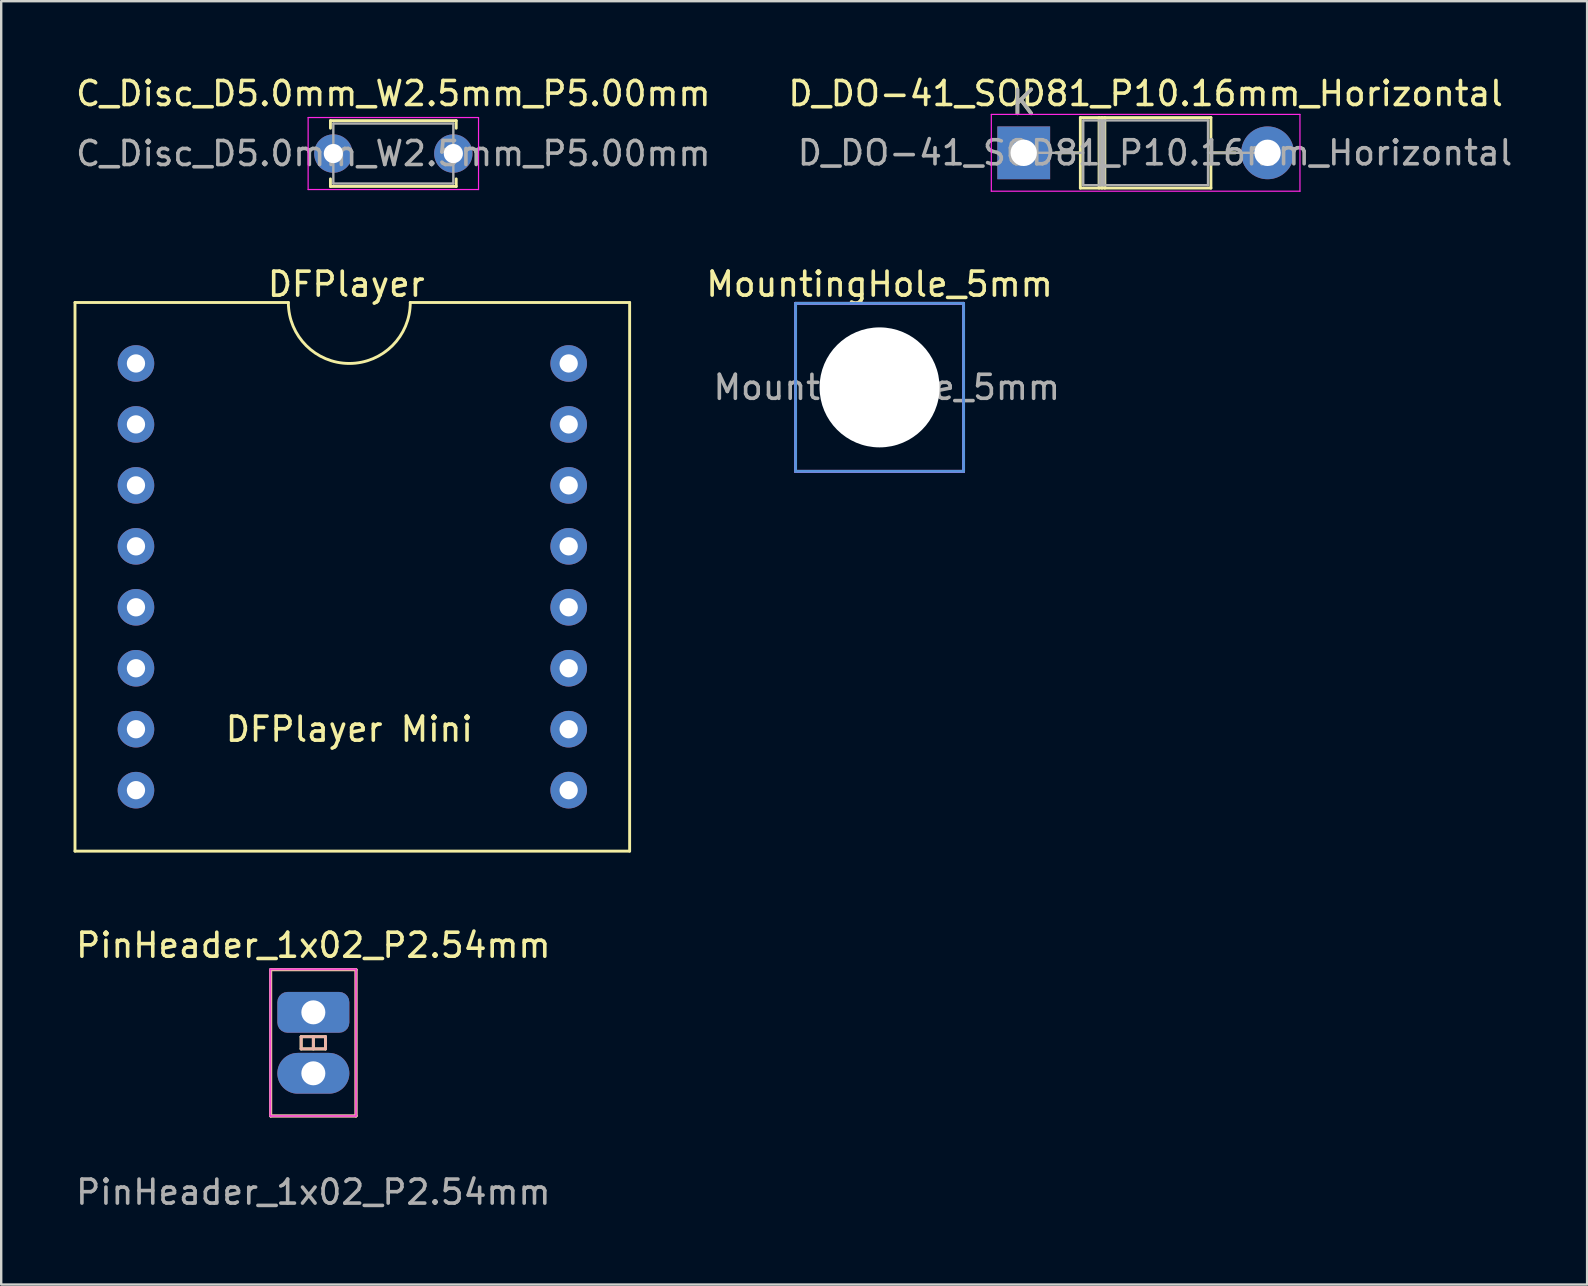
<source format=kicad_pcb>
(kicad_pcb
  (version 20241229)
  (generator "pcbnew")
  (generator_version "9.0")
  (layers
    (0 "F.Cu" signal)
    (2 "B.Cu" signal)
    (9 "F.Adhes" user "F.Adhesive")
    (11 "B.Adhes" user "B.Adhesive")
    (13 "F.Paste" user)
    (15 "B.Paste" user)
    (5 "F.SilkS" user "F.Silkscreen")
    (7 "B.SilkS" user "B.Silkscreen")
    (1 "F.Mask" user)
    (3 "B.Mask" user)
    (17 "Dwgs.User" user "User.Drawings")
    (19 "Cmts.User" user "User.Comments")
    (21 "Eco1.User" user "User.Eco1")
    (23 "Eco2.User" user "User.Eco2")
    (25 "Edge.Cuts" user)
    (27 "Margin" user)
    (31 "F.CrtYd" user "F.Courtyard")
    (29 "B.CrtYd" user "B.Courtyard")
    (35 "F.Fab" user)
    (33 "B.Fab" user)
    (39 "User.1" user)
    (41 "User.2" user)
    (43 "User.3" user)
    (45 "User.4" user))
  (footprint "D_DO-41_SOD81_P10.16mm_Horizontal"
    (layer "F.Cu")
    (at 39.605 3.318)
    (property "Reference" "D_DO-41_SOD81_P10.16mm_Horizontal" (at 5.08 -2.47 0) (layer "F.SilkS") (effects (font (size 1 1) (thickness 0.15))))
    (attr through_hole)
    (fp_line (start 1.34 0) (end 2.36 0) (stroke (width 0.12) (type solid)) (layer "F.SilkS"))
    (fp_line (start 2.36 -1.47) (end 2.36 1.47) (stroke (width 0.12) (type solid)) (layer "F.SilkS"))
    (fp_line (start 2.36 1.47) (end 7.8 1.47) (stroke (width 0.12) (type solid)) (layer "F.SilkS"))
    (fp_line (start 3.14 -1.47) (end 3.14 1.47) (stroke (width 0.12) (type solid)) (layer "F.SilkS"))
    (fp_line (start 3.26 -1.47) (end 3.26 1.47) (stroke (width 0.12) (type solid)) (layer "F.SilkS"))
    (fp_line (start 3.38 -1.47) (end 3.38 1.47) (stroke (width 0.12) (type solid)) (layer "F.SilkS"))
    (fp_line (start 7.8 -1.47) (end 2.36 -1.47) (stroke (width 0.12) (type solid)) (layer "F.SilkS"))
    (fp_line (start 7.8 1.47) (end 7.8 -1.47) (stroke (width 0.12) (type solid)) (layer "F.SilkS"))
    (fp_line (start 8.82 0) (end 7.8 0) (stroke (width 0.12) (type solid)) (layer "F.SilkS"))
    (fp_line (start -1.35 -1.6) (end -1.35 1.6) (stroke (width 0.05) (type solid)) (layer "F.CrtYd"))
    (fp_line (start -1.35 1.6) (end 11.51 1.6) (stroke (width 0.05) (type solid)) (layer "F.CrtYd"))
    (fp_line (start 11.51 -1.6) (end -1.35 -1.6) (stroke (width 0.05) (type solid)) (layer "F.CrtYd"))
    (fp_line (start 11.51 1.6) (end 11.51 -1.6) (stroke (width 0.05) (type solid)) (layer "F.CrtYd"))
    (fp_line (start 0 0) (end 2.48 0) (stroke (width 0.1) (type solid)) (layer "F.Fab"))
    (fp_line (start 2.48 -1.35) (end 2.48 1.35) (stroke (width 0.1) (type solid)) (layer "F.Fab"))
    (fp_line (start 2.48 1.35) (end 7.68 1.35) (stroke (width 0.1) (type solid)) (layer "F.Fab"))
    (fp_line (start 3.16 -1.35) (end 3.16 1.35) (stroke (width 0.1) (type solid)) (layer "F.Fab"))
    (fp_line (start 3.26 -1.35) (end 3.26 1.35) (stroke (width 0.1) (type solid)) (layer "F.Fab"))
    (fp_line (start 3.36 -1.35) (end 3.36 1.35) (stroke (width 0.1) (type solid)) (layer "F.Fab"))
    (fp_line (start 7.68 -1.35) (end 2.48 -1.35) (stroke (width 0.1) (type solid)) (layer "F.Fab"))
    (fp_line (start 7.68 1.35) (end 7.68 -1.35) (stroke (width 0.1) (type solid)) (layer "F.Fab"))
    (fp_line (start 10.16 0) (end 7.68 0) (stroke (width 0.1) (type solid)) (layer "F.Fab"))
    (fp_text user "K" (at 0 -2.1 0) (layer "F.SilkS") (effects (font (size 1 1) (thickness 0.15))))
    (fp_text user "${REFERENCE}" (at 5.47 0 0) (layer "F.Fab") (effects (font (size 1 1) (thickness 0.15))))
    (fp_text user "K" (at 0 -2.1 0) (layer "F.Fab") (effects (font (size 1 1) (thickness 0.15))))
    (pad "1" thru_hole rect (at 0 0) (size 2.2 2.2) (drill 1.1) (layers "*.Cu" "*.Mask"))
    (pad "2" thru_hole oval (at 10.16 0) (size 2.2 2.2) (drill 1.1) (layers "*.Cu" "*.Mask")))
  (footprint "MountingHole_5mm"
    (layer "F.Cu")
    (at 33.599 13.091)
    (property "Reference" "MountingHole_5mm" (at 0 -4.3 0) (layer "F.SilkS") (effects (font (size 1 1) (thickness 0.15))))
    (attr exclude_from_pos_files exclude_from_bom)
    (fp_line (start -3.5 -3.5) (end 0 -3.5) (stroke (width 0.12) (type solid)) (layer "F.SilkS"))
    (fp_line (start -3.5 3.5) (end -3.5 -3.5) (stroke (width 0.12) (type solid)) (layer "F.SilkS"))
    (fp_line (start 0 -3.5) (end 3.5 -3.5) (stroke (width 0.12) (type solid)) (layer "F.SilkS"))
    (fp_line (start 3.5 -3.5) (end 3.5 3.5) (stroke (width 0.12) (type solid)) (layer "F.SilkS"))
    (fp_line (start 3.5 3.5) (end -3.5 3.5) (stroke (width 0.12) (type solid)) (layer "F.SilkS"))
    (fp_line (start -3.5 -3.5) (end 3.5 -3.5) (stroke (width 0.12) (type solid)) (layer "Cmts.User"))
    (fp_line (start -3.5 3.5) (end -3.5 -3.5) (stroke (width 0.12) (type solid)) (layer "Cmts.User"))
    (fp_line (start 3.5 -3.5) (end 3.5 3.5) (stroke (width 0.12) (type solid)) (layer "Cmts.User"))
    (fp_line (start 3.5 3.5) (end -3.5 3.5) (stroke (width 0.12) (type solid)) (layer "Cmts.User"))
    (fp_line (start -3.5 -3.5) (end 3.5 -3.5) (stroke (width 0.12) (type solid)) (layer "F.CrtYd"))
    (fp_line (start -3.5 3.5) (end -3.5 -3.5) (stroke (width 0.12) (type solid)) (layer "F.CrtYd"))
    (fp_line (start 3.5 -3.5) (end 3.5 3.5) (stroke (width 0.12) (type solid)) (layer "F.CrtYd"))
    (fp_line (start 3.5 3.5) (end -3.5 3.5) (stroke (width 0.12) (type solid)) (layer "F.CrtYd"))
    (fp_text user "${REFERENCE}" (at 0.3 0 0) (layer "F.Fab") (effects (font (size 1 1) (thickness 0.15))))
    (pad "" np_thru_hole circle (at 0 0) (size 5 5) (drill 5) (layers "*.Cu" "*.Mask")))
  (footprint "C_Disc_D5.0mm_W2.5mm_P5.00mm"
    (layer "F.Cu")
    (at 10.839 3.348)
    (property "Reference" "C_Disc_D5.0mm_W2.5mm_P5.00mm" (at 2.5 -2.5 0) (layer "F.SilkS") (effects (font (size 1 1) (thickness 0.15))))
    (attr through_hole)
    (fp_line (start -0.12 -1.37) (end -0.12 -1.055) (stroke (width 0.12) (type solid)) (layer "F.SilkS"))
    (fp_line (start -0.12 -1.37) (end 5.12 -1.37) (stroke (width 0.12) (type solid)) (layer "F.SilkS"))
    (fp_line (start -0.12 1.055) (end -0.12 1.37) (stroke (width 0.12) (type solid)) (layer "F.SilkS"))
    (fp_line (start -0.12 1.37) (end 5.12 1.37) (stroke (width 0.12) (type solid)) (layer "F.SilkS"))
    (fp_line (start 5.12 -1.37) (end 5.12 -1.055) (stroke (width 0.12) (type solid)) (layer "F.SilkS"))
    (fp_line (start 5.12 1.055) (end 5.12 1.37) (stroke (width 0.12) (type solid)) (layer "F.SilkS"))
    (fp_line (start -1.05 -1.5) (end -1.05 1.5) (stroke (width 0.05) (type solid)) (layer "F.CrtYd"))
    (fp_line (start -1.05 1.5) (end 6.05 1.5) (stroke (width 0.05) (type solid)) (layer "F.CrtYd"))
    (fp_line (start 6.05 -1.5) (end -1.05 -1.5) (stroke (width 0.05) (type solid)) (layer "F.CrtYd"))
    (fp_line (start 6.05 1.5) (end 6.05 -1.5) (stroke (width 0.05) (type solid)) (layer "F.CrtYd"))
    (fp_line (start 0 -1.25) (end 0 1.25) (stroke (width 0.1) (type solid)) (layer "F.Fab"))
    (fp_line (start 0 1.25) (end 5 1.25) (stroke (width 0.1) (type solid)) (layer "F.Fab"))
    (fp_line (start 5 -1.25) (end 0 -1.25) (stroke (width 0.1) (type solid)) (layer "F.Fab"))
    (fp_line (start 5 1.25) (end 5 -1.25) (stroke (width 0.1) (type solid)) (layer "F.Fab"))
    (fp_text user "${REFERENCE}" (at 2.5 0 0) (layer "F.Fab") (effects (font (size 1 1) (thickness 0.15))))
    (pad "1" thru_hole circle (at 0 0) (size 1.6 1.6) (drill 0.8) (layers "*.Cu" "*.Mask"))
    (pad "2" thru_hole circle (at 5 0) (size 1.6 1.6) (drill 0.8) (layers "*.Cu" "*.Mask")))
  (footprint "PinHeader_1x02_P2.54mm"
    (layer "F.Cu")
    (at 10.006 39.131)
    (property "Reference" "PinHeader_1x02_P2.54mm" (at 0 -2.794 0) (layer "F.SilkS") (effects (font (size 1 1) (thickness 0.15))))
    (attr through_hole)
    (fp_line (start -1.778 -1.778) (end -1.778 4.318) (stroke (width 0.12) (type solid)) (layer "F.SilkS"))
    (fp_line (start -1.778 4.318) (end 1.778 4.318) (stroke (width 0.12) (type solid)) (layer "F.SilkS"))
    (fp_line (start -0.508 1.524) (end -0.508 1.016) (stroke (width 0.12) (type solid)) (layer "F.SilkS"))
    (fp_line (start -0.508 1.524) (end 0.508 1.524) (stroke (width 0.12) (type solid)) (layer "F.SilkS"))
    (fp_line (start 0 1.016) (end 0 1.524) (stroke (width 0.12) (type solid)) (layer "F.SilkS"))
    (fp_line (start 0.508 1.016) (end -0.508 1.016) (stroke (width 0.12) (type solid)) (layer "F.SilkS"))
    (fp_line (start 0.508 1.016) (end 0.508 1.524) (stroke (width 0.12) (type solid)) (layer "F.SilkS"))
    (fp_line (start 1.778 -1.778) (end -1.778 -1.778) (stroke (width 0.12) (type solid)) (layer "F.SilkS"))
    (fp_line (start 1.778 4.318) (end 1.778 -1.778) (stroke (width 0.12) (type solid)) (layer "F.SilkS"))
    (fp_line (start -1.778 -1.778) (end -1.778 4.318) (stroke (width 0.12) (type solid)) (layer "B.SilkS"))
    (fp_line (start -1.778 4.318) (end 1.778 4.318) (stroke (width 0.12) (type solid)) (layer "B.SilkS"))
    (fp_line (start -0.508 1.016) (end -0.508 1.524) (stroke (width 0.12) (type solid)) (layer "B.SilkS"))
    (fp_line (start -0.508 1.524) (end 0.508 1.524) (stroke (width 0.12) (type solid)) (layer "B.SilkS"))
    (fp_line (start 0 1.016) (end -0.508 1.016) (stroke (width 0.12) (type solid)) (layer "B.SilkS"))
    (fp_line (start 0 1.016) (end 0 1.397) (stroke (width 0.12) (type solid)) (layer "B.SilkS"))
    (fp_line (start 0 1.397) (end 0 1.524) (stroke (width 0.12) (type solid)) (layer "B.SilkS"))
    (fp_line (start 0.508 1.016) (end 0 1.016) (stroke (width 0.12) (type solid)) (layer "B.SilkS"))
    (fp_line (start 0.508 1.524) (end 0.508 1.016) (stroke (width 0.12) (type solid)) (layer "B.SilkS"))
    (fp_line (start 1.778 -1.778) (end -1.778 -1.778) (stroke (width 0.12) (type solid)) (layer "B.SilkS"))
    (fp_line (start 1.778 4.318) (end 1.778 -1.778) (stroke (width 0.12) (type solid)) (layer "B.SilkS"))
    (fp_line (start -1.8 -1.8) (end -1.8 4.318) (stroke (width 0.05) (type solid)) (layer "F.CrtYd"))
    (fp_line (start -1.8 4.318) (end 1.778 4.318) (stroke (width 0.05) (type solid)) (layer "F.CrtYd"))
    (fp_line (start 1.778 -1.8) (end -1.8 -1.8) (stroke (width 0.05) (type solid)) (layer "F.CrtYd"))
    (fp_line (start 1.778 4.318) (end 1.778 -1.8) (stroke (width 0.05) (type solid)) (layer "F.CrtYd"))
    (fp_text user "${REFERENCE}" (at 0 7.493 180) (layer "F.Fab") (effects (font (size 1 1) (thickness 0.15))))
    (pad "1" thru_hole roundrect (at 0 0) (size 3 1.7) (drill 1) (layers "*.Cu" "*.Mask") (roundrect_rratio 0.25))
    (pad "2" thru_hole oval (at 0 2.54) (size 3 1.7) (drill 1) (layers "*.Cu" "*.Mask")))
  (footprint "DFPlayer"
    (layer "F.Cu")
    (at 2.615 12.094)
    (property "Reference" "DFPlayer" (at 8.763 -3.302 0) (layer "F.SilkS") (effects (font (size 1 1) (thickness 0.15))))
    (attr through_hole)
    (fp_line (start -2.54 -2.54) (end 20.57 -2.54) (stroke (width 0.15) (type solid)) (layer "B.Mask"))
    (fp_line (start -2.54 20.32) (end -2.54 -2.54) (stroke (width 0.15) (type solid)) (layer "B.Mask"))
    (fp_line (start 20.57 -2.54) (end 20.57 20.32) (stroke (width 0.15) (type solid)) (layer "B.Mask"))
    (fp_line (start 20.57 20.32) (end -2.54 20.32) (stroke (width 0.15) (type solid)) (layer "B.Mask"))
    (fp_line (start -2.54 -2.54) (end -2.54 20.32) (stroke (width 0.12) (type solid)) (layer "F.SilkS"))
    (fp_line (start -2.54 20.32) (end 20.57 20.32) (stroke (width 0.12) (type solid)) (layer "F.SilkS"))
    (fp_line (start 6.35 -2.54) (end -2.54 -2.54) (stroke (width 0.12) (type solid)) (layer "F.SilkS"))
    (fp_line (start 11.43 -2.54) (end 20.57 -2.54) (stroke (width 0.12) (type solid)) (layer "F.SilkS"))
    (fp_line (start 20.57 20.32) (end 20.57 -2.54) (stroke (width 0.12) (type solid)) (layer "F.SilkS"))
    (fp_arc (start 11.43 -2.54) (mid 8.89 0) (end 6.35 -2.54) (stroke (width 0.12) (type solid)) (layer "F.SilkS"))
    (fp_text user "DFPlayer Mini" (at 8.89 15.24 0) (layer "F.SilkS") (effects (font (size 1 1) (thickness 0.15))))
    (pad "1" thru_hole circle (at 0 0) (size 1.524 1.524) (drill 0.762) (layers "*.Cu" "*.Mask"))
    (pad "2" thru_hole circle (at 0 2.54) (size 1.524 1.524) (drill 0.762) (layers "*.Cu" "*.Mask"))
    (pad "3" thru_hole circle (at 0 5.08) (size 1.524 1.524) (drill 0.762) (layers "*.Cu" "*.Mask"))
    (pad "4" thru_hole circle (at 0 7.62) (size 1.524 1.524) (drill 0.762) (layers "*.Cu" "*.Mask"))
    (pad "5" thru_hole circle (at 0 10.16) (size 1.524 1.524) (drill 0.762) (layers "*.Cu" "*.Mask"))
    (pad "6" thru_hole circle (at 0 12.7) (size 1.524 1.524) (drill 0.762) (layers "*.Cu" "*.Mask"))
    (pad "7" thru_hole circle (at 0 15.24) (size 1.524 1.524) (drill 0.762) (layers "*.Cu" "*.Mask"))
    (pad "8" thru_hole circle (at 0 17.78) (size 1.524 1.524) (drill 0.762) (layers "*.Cu" "*.Mask"))
    (pad "9" thru_hole circle (at 18.03 17.78) (size 1.524 1.524) (drill 0.762) (layers "*.Cu" "*.Mask"))
    (pad "10" thru_hole circle (at 18.03 15.24) (size 1.524 1.524) (drill 0.762) (layers "*.Cu" "*.Mask"))
    (pad "11" thru_hole circle (at 18.03 12.7) (size 1.524 1.524) (drill 0.762) (layers "*.Cu" "*.Mask"))
    (pad "12" thru_hole circle (at 18.03 10.16) (size 1.524 1.524) (drill 0.762) (layers "*.Cu" "*.Mask"))
    (pad "13" thru_hole circle (at 18.03 7.62) (size 1.524 1.524) (drill 0.762) (layers "*.Cu" "*.Mask"))
    (pad "14" thru_hole circle (at 18.03 5.08) (size 1.524 1.524) (drill 0.762) (layers "*.Cu" "*.Mask"))
    (pad "15" thru_hole circle (at 18.03 2.54) (size 1.524 1.524) (drill 0.762) (layers "*.Cu" "*.Mask"))
    (pad "16" thru_hole circle (at 18.03 0) (size 1.524 1.524) (drill 0.762) (layers "*.Cu" "*.Mask")))
  (gr_rect
    (start -3 -3)
    (end 63.08 50.472)
    (stroke (width 0.1) (type default))
    (fill no)
    (layer "Edge.Cuts")))
</source>
